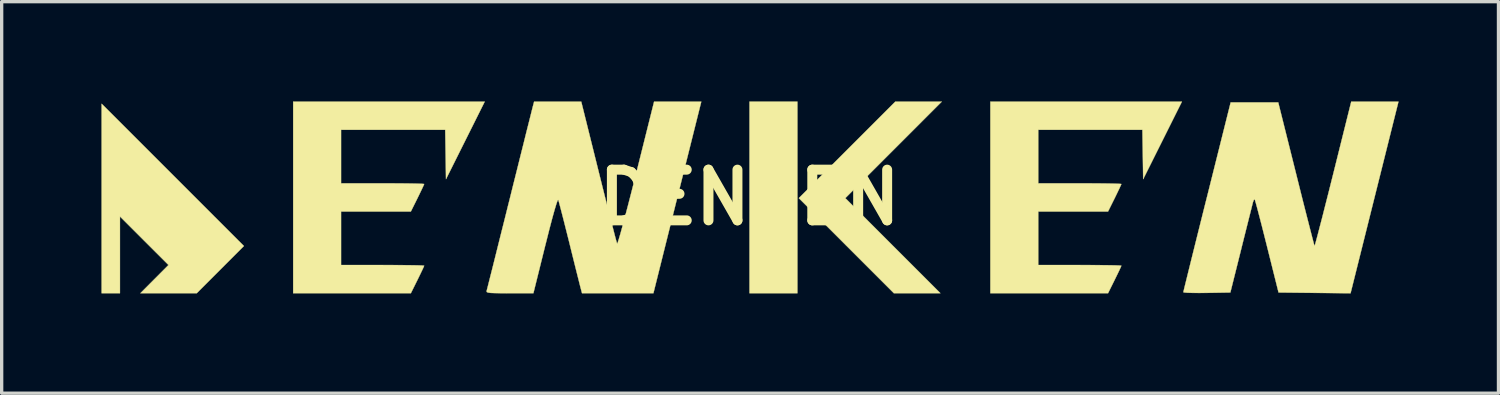
<source format=kicad_pcb>
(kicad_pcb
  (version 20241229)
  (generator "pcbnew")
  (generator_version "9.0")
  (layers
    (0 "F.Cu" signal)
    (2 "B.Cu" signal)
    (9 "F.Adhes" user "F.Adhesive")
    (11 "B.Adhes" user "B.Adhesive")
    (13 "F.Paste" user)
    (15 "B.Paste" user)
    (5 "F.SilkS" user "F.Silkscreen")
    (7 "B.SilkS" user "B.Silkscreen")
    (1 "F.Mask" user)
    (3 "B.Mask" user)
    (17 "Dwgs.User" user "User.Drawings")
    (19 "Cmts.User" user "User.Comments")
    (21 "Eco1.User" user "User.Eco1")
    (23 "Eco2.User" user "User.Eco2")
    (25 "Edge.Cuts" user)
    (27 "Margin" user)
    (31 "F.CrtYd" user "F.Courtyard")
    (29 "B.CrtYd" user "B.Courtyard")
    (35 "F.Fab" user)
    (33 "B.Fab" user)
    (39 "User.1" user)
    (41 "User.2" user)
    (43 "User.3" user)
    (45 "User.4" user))
  (footprint "DENKEN"
    (layer "F.Cu")
    (at 19.478 2.884)
    (property "Reference" "DENKEN" (at 0 0 0) (layer "F.SilkS") (effects (font (size 1.524 1.524) (thickness 0.3))))
    (attr through_hole)
    (fp_poly (pts (xy 1.439 2.879) (xy 0 2.879) (xy 0 -2.879) (xy 1.439 -2.879) (xy 1.439 2.879)) (stroke (width 0.01) (type solid)) (fill yes) (layer "F.SilkS"))
    (fp_poly (pts (xy 2.879 0.021) (xy 4.307 1.45) (xy 5.736 2.879) (xy 4.339 2.879) (xy 2.91 1.45) (xy 1.482 0.021) (xy 2.932 -1.429) (xy 4.382 -2.879) (xy 5.778 -2.879) (xy 2.879 0.021)) (stroke (width 0.01) (type solid)) (fill yes) (layer "F.SilkS"))
    (fp_poly (pts (xy -15.198 1.46) (xy -15.906 2.169) (xy -16.615 2.879) (xy -18.308 2.879) (xy -17.886 2.455) (xy -17.463 2.031) (xy -18.193 1.302) (xy -18.923 0.572) (xy -18.923 2.879) (xy -19.473 2.879) (xy -19.473 -2.815) (xy -15.198 1.46)) (stroke (width 0.01) (type solid)) (fill yes) (layer "F.SilkS"))
    (fp_poly (pts (xy -9.123 -0.549) (xy -9.134 -1.29) (xy -9.146 -2.032) (xy -12.277 -2.032) (xy -12.277 -0.423) (xy -11.028 -0.423) (xy -10.712 -0.423) (xy -10.426 -0.421) (xy -10.18 -0.418) (xy -9.984 -0.414) (xy -9.848 -0.409) (xy -9.783 -0.404) (xy -9.779 -0.403) (xy -9.797 -0.359) (xy -9.845 -0.256) (xy -9.915 -0.11) (xy -9.979 0.021) (xy -10.179 0.423) (xy -12.277 0.423) (xy -12.277 2.032) (xy -11.028 2.032) (xy -10.712 2.033) (xy -10.426 2.035) (xy -10.18 2.038) (xy -9.984 2.041) (xy -9.848 2.046) (xy -9.783 2.051) (xy -9.779 2.053) (xy -9.797 2.097) (xy -9.845 2.2) (xy -9.915 2.345) (xy -9.979 2.476) (xy -10.179 2.879) (xy -13.716 2.879) (xy -13.716 -2.879) (xy -7.959 -2.879) (xy -9.123 -0.549)) (stroke (width 0.01) (type solid)) (fill yes) (layer "F.SilkS"))
    (fp_poly (pts (xy 11.832 -0.549) (xy 11.821 -1.29) (xy 11.809 -2.032) (xy 8.678 -2.032) (xy 8.678 -0.423) (xy 9.927 -0.423) (xy 10.243 -0.423) (xy 10.529 -0.421) (xy 10.775 -0.418) (xy 10.971 -0.414) (xy 11.107 -0.409) (xy 11.172 -0.404) (xy 11.176 -0.403) (xy 11.158 -0.359) (xy 11.11 -0.256) (xy 11.04 -0.11) (xy 10.976 0.021) (xy 10.776 0.423) (xy 8.678 0.423) (xy 8.678 2.032) (xy 9.927 2.032) (xy 10.243 2.033) (xy 10.529 2.035) (xy 10.775 2.038) (xy 10.971 2.041) (xy 11.107 2.046) (xy 11.172 2.051) (xy 11.176 2.053) (xy 11.158 2.097) (xy 11.11 2.2) (xy 11.04 2.345) (xy 10.976 2.476) (xy 10.776 2.879) (xy 7.239 2.879) (xy 7.239 -2.879) (xy 12.996 -2.879) (xy 11.832 -0.549)) (stroke (width 0.01) (type solid)) (fill yes) (layer "F.SilkS"))
    (fp_poly (pts (xy 18.065 2.88) (xy 16.983 2.869) (xy 15.901 2.857) (xy 15.554 1.469) (xy 15.471 1.139) (xy 15.394 0.835) (xy 15.325 0.569) (xy 15.267 0.348) (xy 15.222 0.182) (xy 15.193 0.082) (xy 15.183 0.056) (xy 15.158 0.074) (xy 15.129 0.151) (xy 15.129 0.154) (xy 15.111 0.224) (xy 15.076 0.365) (xy 15.025 0.567) (xy 14.962 0.817) (xy 14.89 1.105) (xy 14.811 1.42) (xy 14.775 1.566) (xy 14.452 2.857) (xy 13.745 2.869) (xy 13.511 2.871) (xy 13.311 2.869) (xy 13.156 2.864) (xy 13.062 2.856) (xy 13.04 2.848) (xy 13.05 2.802) (xy 13.079 2.681) (xy 13.126 2.492) (xy 13.188 2.24) (xy 13.264 1.933) (xy 13.352 1.578) (xy 13.451 1.181) (xy 13.559 0.748) (xy 13.674 0.288) (xy 13.752 -0.021) (xy 14.462 -2.857) (xy 15.891 -2.857) (xy 16.429 -0.707) (xy 16.532 -0.294) (xy 16.629 0.093) (xy 16.719 0.447) (xy 16.799 0.76) (xy 16.867 1.025) (xy 16.921 1.234) (xy 16.959 1.379) (xy 16.98 1.453) (xy 16.983 1.46) (xy 16.996 1.424) (xy 17.027 1.312) (xy 17.075 1.134) (xy 17.137 0.895) (xy 17.213 0.605) (xy 17.298 0.269) (xy 17.393 -0.103) (xy 17.494 -0.506) (xy 17.543 -0.701) (xy 18.086 -2.879) (xy 19.505 -2.879) (xy 18.065 2.88)) (stroke (width 0.01) (type solid)) (fill yes) (layer "F.SilkS"))
    (fp_poly (pts (xy -4.534 -0.773) (xy -4.432 -0.363) (xy -4.335 0.023) (xy -4.245 0.376) (xy -4.166 0.69) (xy -4.097 0.955) (xy -4.043 1.165) (xy -4.004 1.31) (xy -3.982 1.384) (xy -3.98 1.391) (xy -3.964 1.362) (xy -3.93 1.259) (xy -3.88 1.088) (xy -3.816 0.856) (xy -3.74 0.572) (xy -3.653 0.242) (xy -3.558 -0.127) (xy -3.456 -0.526) (xy -3.409 -0.715) (xy -2.868 -2.879) (xy -1.45 -2.879) (xy -2.17 0) (xy -2.889 2.879) (xy -5.034 2.879) (xy -5.076 2.72) (xy -5.097 2.639) (xy -5.135 2.487) (xy -5.188 2.277) (xy -5.252 2.022) (xy -5.324 1.732) (xy -5.401 1.42) (xy -5.417 1.355) (xy -5.495 1.045) (xy -5.567 0.759) (xy -5.631 0.509) (xy -5.684 0.305) (xy -5.723 0.158) (xy -5.745 0.08) (xy -5.748 0.072) (xy -5.767 0.089) (xy -5.803 0.187) (xy -5.857 0.365) (xy -5.928 0.62) (xy -6.015 0.951) (xy -6.117 1.356) (xy -6.138 1.437) (xy -6.496 2.879) (xy -7.209 2.879) (xy -7.47 2.878) (xy -7.658 2.875) (xy -7.784 2.87) (xy -7.859 2.859) (xy -7.895 2.844) (xy -7.903 2.821) (xy -7.9 2.805) (xy -7.886 2.752) (xy -7.853 2.623) (xy -7.804 2.427) (xy -7.739 2.171) (xy -7.661 1.86) (xy -7.572 1.503) (xy -7.473 1.106) (xy -7.365 0.677) (xy -7.252 0.223) (xy -7.217 0.085) (xy -7.102 -0.379) (xy -6.991 -0.821) (xy -6.888 -1.235) (xy -6.793 -1.613) (xy -6.71 -1.949) (xy -6.638 -2.233) (xy -6.581 -2.46) (xy -6.541 -2.621) (xy -6.518 -2.71) (xy -6.516 -2.72) (xy -6.474 -2.879) (xy -5.058 -2.879) (xy -4.534 -0.773)) (stroke (width 0.01) (type solid)) (fill yes) (layer "F.SilkS")))
  (gr_rect
    (start -3 -3)
    (end 41.989 8.769)
    (stroke (width 0.1) (type default))
    (fill no)
    (layer "Edge.Cuts")))
</source>
